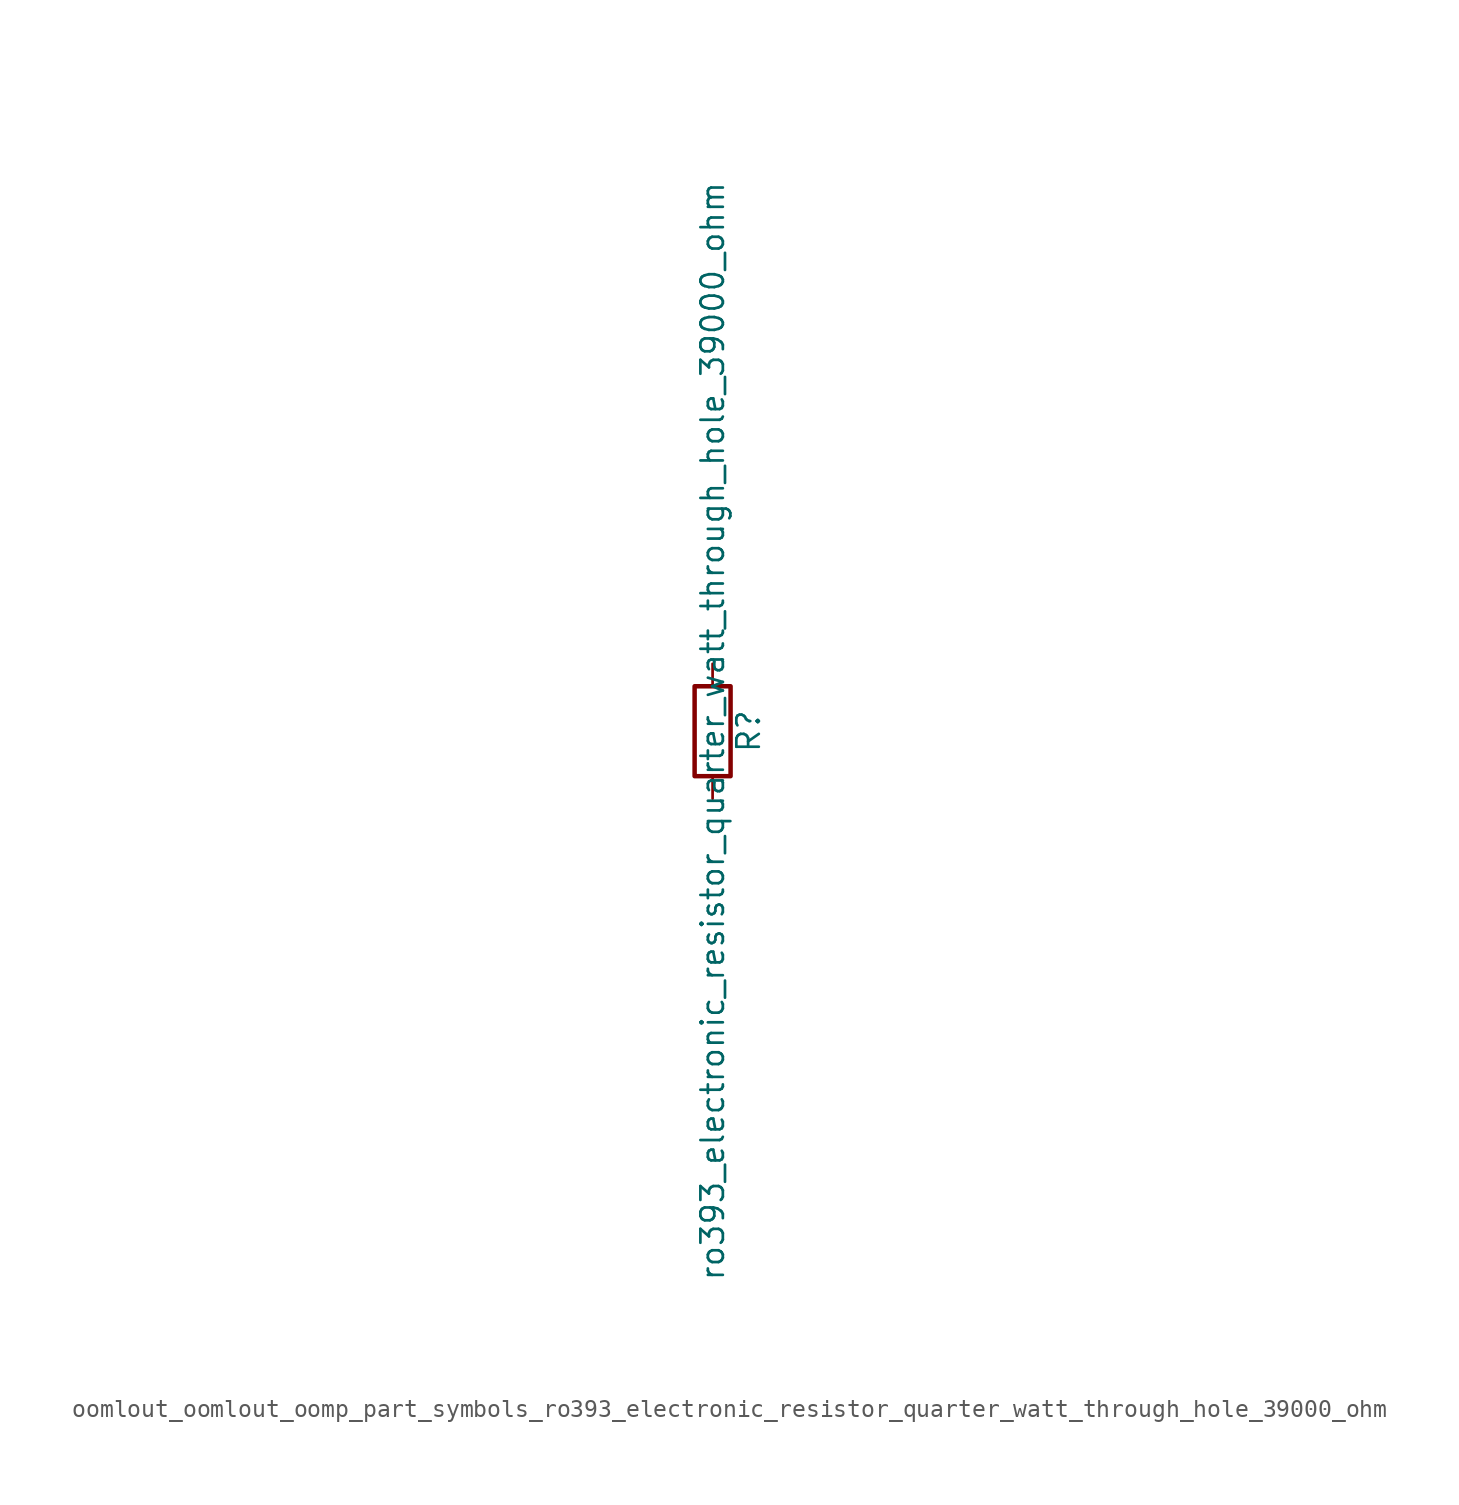
<source format=kicad_sym>
(kicad_symbol_lib
  (version 20220914)
  (generator kicad_symbol_editor)
  (symbol "oomlout_oomlout_oomp_part_symbols_ro393_electronic_resistor_quarter_watt_through_hole_39000_ohm"
    (pin_numbers hide)
    (pin_names
      (offset 0))
    (property "Reference" "R"
      (at 2.032 0 90)
      (effects (font (size 1.27 1.27))))
    (property "Value" "ro393_electronic_resistor_quarter_watt_through_hole_39000_ohm"
      (at 0 0 90)
      (effects (font (size 1.27 1.27))))
    (symbol "oomlout_oomlout_oomp_part_symbols_ro393_electronic_resistor_quarter_watt_through_hole_39000_ohm_0_1"
      (rectangle (start -1.016 -2.54) (end 1.016 2.54) (stroke (width 0.254) (type default)) (fill (type none))))
    (symbol "oomlout_oomlout_oomp_part_symbols_ro393_electronic_resistor_quarter_watt_through_hole_39000_ohm_1_1"
      (pin passive line (at 0 3.81 270) (length 1.27) (name "~" (effects (font (size 1.27 1.27)))) (number "1" (effects (font (size 1.27 1.27)))))
      (pin passive line (at 0 -3.81 90) (length 1.27) (name "~" (effects (font (size 1.27 1.27)))) (number "2" (effects (font (size 1.27 1.27))))))))
</source>
